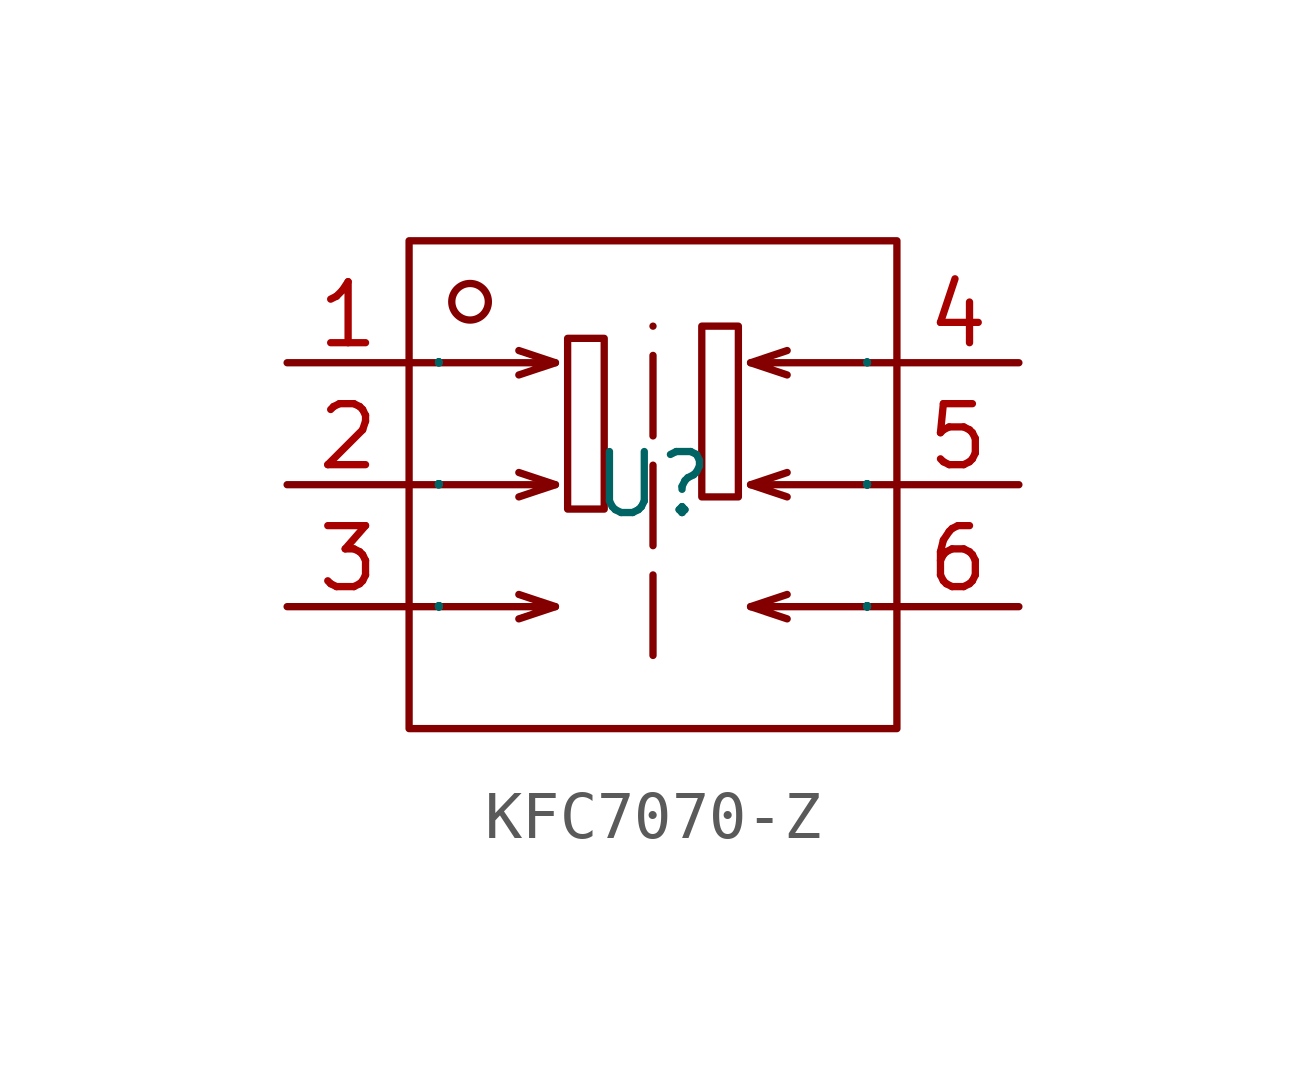
<source format=kicad_sym>
(kicad_symbol_lib
  (version 20231120)
  (generator "kicad_symbol_editor")
  (generator_version "8.0")
  (symbol "KFC7070-Z"
    (property "Reference" "U"
      (at 0 0 0)
      (effects (font (size 1.27 1.27))))
    (property "Value" ""
      (at 0 0 0)
      (effects (font (size 1.27 1.27))))
    (symbol "KFC7070-Z_1_0"
      (rectangle (start -5.08 -5.08) (end 5.08 5.08) (stroke (width 0) (type default)) (fill (type none)))
      (circle (center -3.81 3.81) (radius 0.381) (stroke (width 0) (type default)) (fill (type none)))
      (rectangle (start -1.778 -0.508) (end -1.016 3.048) (stroke (width 0) (type default)) (fill (type none)))
      (polyline (pts (xy -2.032 -2.54) (xy -2.794 -2.286)) (stroke (width 0) (type default)) (fill (type none)))
      (polyline (pts (xy -2.032 0) (xy -2.794 0.254)) (stroke (width 0) (type default)) (fill (type none)))
      (polyline (pts (xy -2.032 2.54) (xy -2.794 2.794)) (stroke (width 0) (type default)) (fill (type none)))
      (polyline (pts (xy 2.032 -2.54) (xy 2.794 -2.286)) (stroke (width 0) (type default)) (fill (type none)))
      (polyline (pts (xy 2.032 0) (xy 2.794 0.254)) (stroke (width 0) (type default)) (fill (type none)))
      (polyline (pts (xy 2.032 2.54) (xy 2.794 2.794)) (stroke (width 0) (type default)) (fill (type none)))
      (polyline (pts (xy -5.08 -2.54) (xy -2.032 -2.54) (xy -2.032 -2.54) (xy -2.794 -2.794)) (stroke (width 0) (type default)) (fill (type none)))
      (polyline (pts (xy -5.08 0) (xy -2.032 0) (xy -2.032 0) (xy -2.794 -0.254)) (stroke (width 0) (type default)) (fill (type none)))
      (polyline (pts (xy -5.08 2.54) (xy -2.032 2.54) (xy -2.032 2.54) (xy -2.794 2.286)) (stroke (width 0) (type default)) (fill (type none)))
      (polyline (pts (xy 0 -3.556) (xy 0 3.302) (xy 0 3.302) (xy 0 3.302)) (stroke (width 0) (type dash)) (fill (type none)))
      (polyline (pts (xy 5.08 -2.54) (xy 2.032 -2.54) (xy 2.032 -2.54) (xy 2.794 -2.794)) (stroke (width 0) (type default)) (fill (type none)))
      (polyline (pts (xy 5.08 0) (xy 2.032 0) (xy 2.032 0) (xy 2.794 -0.254)) (stroke (width 0) (type default)) (fill (type none)))
      (polyline (pts (xy 5.08 2.54) (xy 2.032 2.54) (xy 2.032 2.54) (xy 2.794 2.286)) (stroke (width 0) (type default)) (fill (type none)))
      (rectangle (start 1.016 -0.254) (end 1.778 3.302) (stroke (width 0) (type default)) (fill (type none)))
      (pin unspecified line (at -7.62 2.54 0) (length 2.54) (name "1" (effects (font (size 0.025 0.025)))) (number "1" (effects (font (size 1.27 1.27)))))
      (pin unspecified line (at -7.62 0 0) (length 2.54) (name "2" (effects (font (size 0.025 0.025)))) (number "2" (effects (font (size 1.27 1.27)))))
      (pin unspecified line (at -7.62 -2.54 0) (length 2.54) (name "3" (effects (font (size 0.025 0.025)))) (number "3" (effects (font (size 1.27 1.27)))))
      (pin unspecified line (at 7.62 2.54 180) (length 2.54) (name "4" (effects (font (size 0.025 0.025)))) (number "4" (effects (font (size 1.27 1.27)))))
      (pin unspecified line (at 7.62 0 180) (length 2.54) (name "5" (effects (font (size 0.025 0.025)))) (number "5" (effects (font (size 1.27 1.27)))))
      (pin unspecified line (at 7.62 -2.54 180) (length 2.54) (name "6" (effects (font (size 0.025 0.025)))) (number "6" (effects (font (size 1.27 1.27))))))))
</source>
